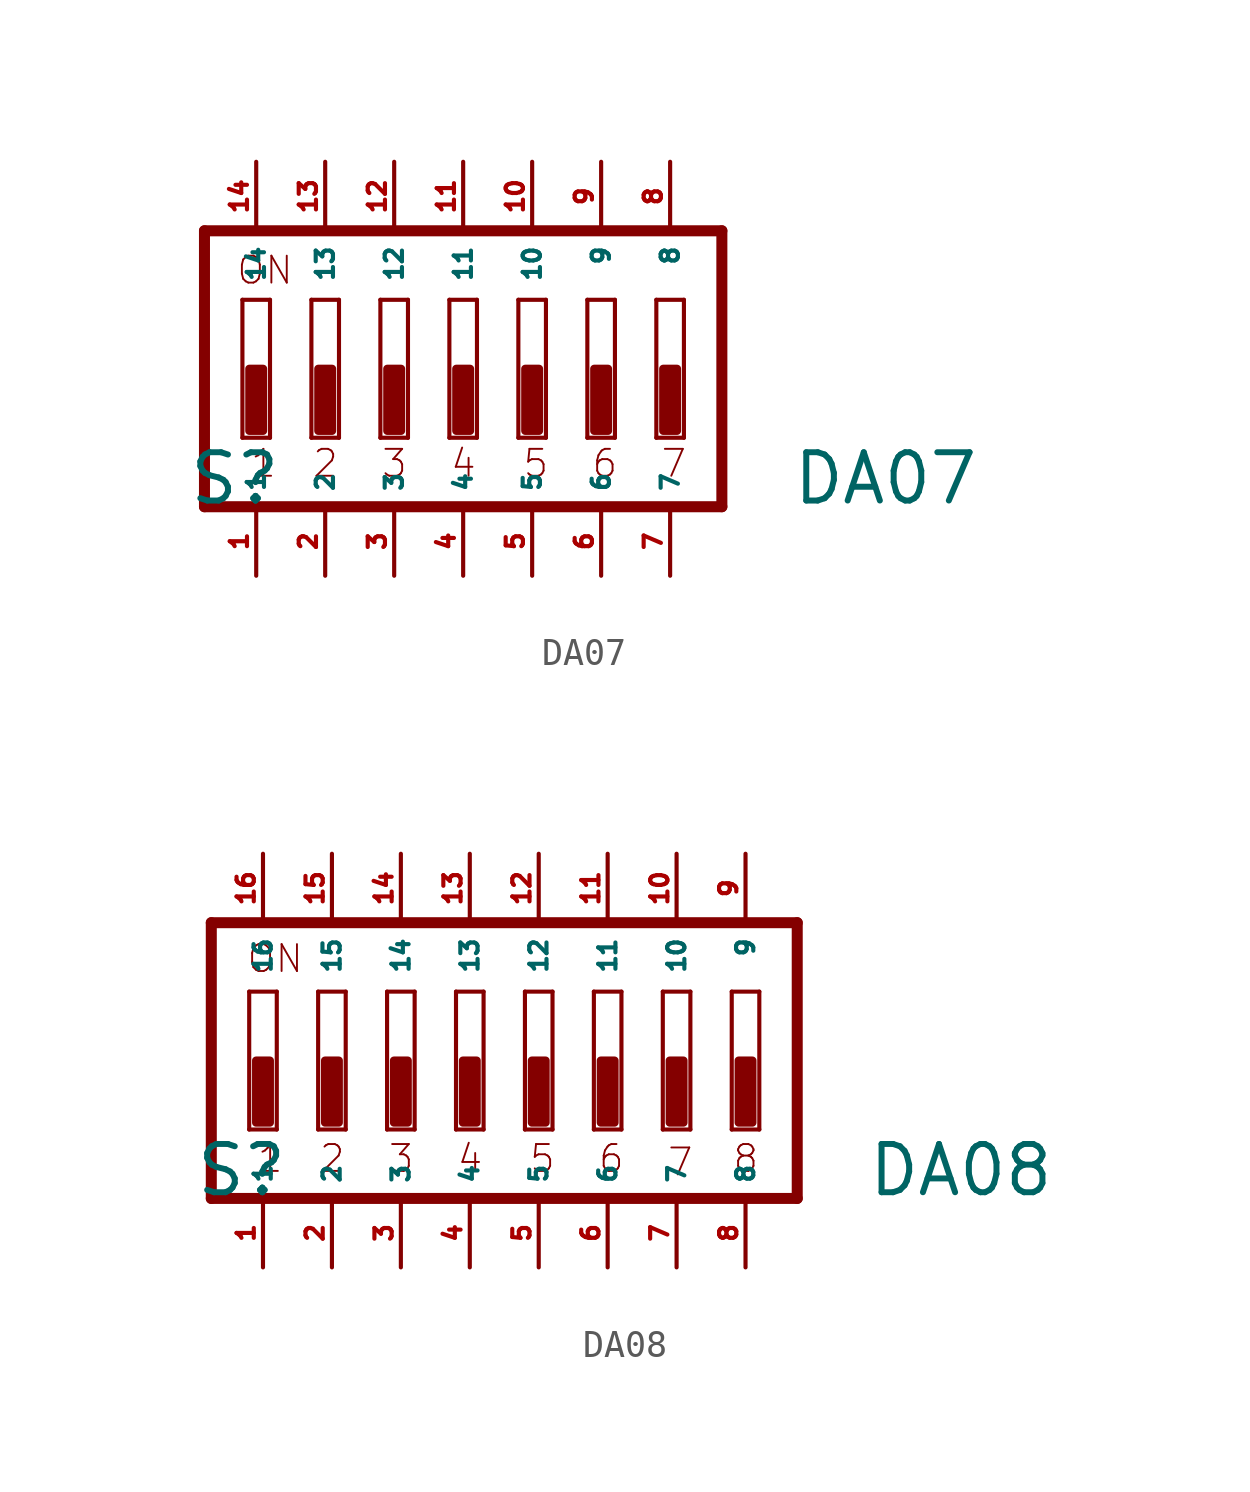
<source format=kicad_sym>
(kicad_symbol_lib
  (version 20220914)
  (generator Eagle2Kicad)
  (symbol "DA07"
    (property "Reference" "S"
      (at -10.16 -5.08 0)
      (effects (font (size 1.778 1.778) (thickness 0.22)) (justify left bottom)))
    (property "Value" "DA07"
      (at 12.065 -5.08 0)
      (effects (font (size 1.778 1.778) (thickness 0.22)) (justify left bottom)))
    (polyline
      (pts (xy 9.525 5.08) (xy -9.525 5.08))
      (stroke (width 0.406) (type default))
      (fill (type none)))
    (polyline
      (pts (xy -9.525 5.08) (xy -9.525 -5.08))
      (stroke (width 0.406) (type default))
      (fill (type none)))
    (polyline
      (pts (xy -9.525 -5.08) (xy 9.525 -5.08))
      (stroke (width 0.406) (type default))
      (fill (type none)))
    (polyline
      (pts (xy 9.525 -5.08) (xy 9.525 5.08))
      (stroke (width 0.406) (type default))
      (fill (type none)))
    (polyline
      (pts (xy -7.112 -2.54) (xy -8.128 -2.54))
      (stroke (width 0.152) (type default))
      (fill (type none)))
    (polyline
      (pts (xy -8.128 2.54) (xy -7.112 2.54))
      (stroke (width 0.152) (type default))
      (fill (type none)))
    (polyline
      (pts (xy -7.112 2.54) (xy -7.112 -2.54))
      (stroke (width 0.152) (type default))
      (fill (type none)))
    (polyline
      (pts (xy -8.128 -2.54) (xy -8.128 2.54))
      (stroke (width 0.152) (type default))
      (fill (type none)))
    (polyline
      (pts (xy -4.572 -2.54) (xy -5.588 -2.54))
      (stroke (width 0.152) (type default))
      (fill (type none)))
    (polyline
      (pts (xy -5.588 2.54) (xy -4.572 2.54))
      (stroke (width 0.152) (type default))
      (fill (type none)))
    (polyline
      (pts (xy -4.572 2.54) (xy -4.572 -2.54))
      (stroke (width 0.152) (type default))
      (fill (type none)))
    (polyline
      (pts (xy -5.588 -2.54) (xy -5.588 2.54))
      (stroke (width 0.152) (type default))
      (fill (type none)))
    (polyline
      (pts (xy -2.032 -2.54) (xy -3.048 -2.54))
      (stroke (width 0.152) (type default))
      (fill (type none)))
    (polyline
      (pts (xy -3.048 2.54) (xy -2.032 2.54))
      (stroke (width 0.152) (type default))
      (fill (type none)))
    (polyline
      (pts (xy -2.032 2.54) (xy -2.032 -2.54))
      (stroke (width 0.152) (type default))
      (fill (type none)))
    (polyline
      (pts (xy -3.048 -2.54) (xy -3.048 2.54))
      (stroke (width 0.152) (type default))
      (fill (type none)))
    (polyline
      (pts (xy 0.508 -2.54) (xy -0.508 -2.54))
      (stroke (width 0.152) (type default))
      (fill (type none)))
    (polyline
      (pts (xy -0.508 2.54) (xy 0.508 2.54))
      (stroke (width 0.152) (type default))
      (fill (type none)))
    (polyline
      (pts (xy 0.508 2.54) (xy 0.508 -2.54))
      (stroke (width 0.152) (type default))
      (fill (type none)))
    (polyline
      (pts (xy -0.508 -2.54) (xy -0.508 2.54))
      (stroke (width 0.152) (type default))
      (fill (type none)))
    (polyline
      (pts (xy 3.048 -2.54) (xy 2.032 -2.54))
      (stroke (width 0.152) (type default))
      (fill (type none)))
    (polyline
      (pts (xy 2.032 2.54) (xy 3.048 2.54))
      (stroke (width 0.152) (type default))
      (fill (type none)))
    (polyline
      (pts (xy 3.048 2.54) (xy 3.048 -2.54))
      (stroke (width 0.152) (type default))
      (fill (type none)))
    (polyline
      (pts (xy 2.032 -2.54) (xy 2.032 2.54))
      (stroke (width 0.152) (type default))
      (fill (type none)))
    (polyline
      (pts (xy 5.588 -2.54) (xy 4.572 -2.54))
      (stroke (width 0.152) (type default))
      (fill (type none)))
    (polyline
      (pts (xy 4.572 2.54) (xy 5.588 2.54))
      (stroke (width 0.152) (type default))
      (fill (type none)))
    (polyline
      (pts (xy 5.588 2.54) (xy 5.588 -2.54))
      (stroke (width 0.152) (type default))
      (fill (type none)))
    (polyline
      (pts (xy 4.572 -2.54) (xy 4.572 2.54))
      (stroke (width 0.152) (type default))
      (fill (type none)))
    (polyline
      (pts (xy 8.128 -2.54) (xy 7.112 -2.54))
      (stroke (width 0.152) (type default))
      (fill (type none)))
    (polyline
      (pts (xy 7.112 2.54) (xy 8.128 2.54))
      (stroke (width 0.152) (type default))
      (fill (type none)))
    (polyline
      (pts (xy 8.128 2.54) (xy 8.128 -2.54))
      (stroke (width 0.152) (type default))
      (fill (type none)))
    (polyline
      (pts (xy 7.112 -2.54) (xy 7.112 2.54))
      (stroke (width 0.152) (type default))
      (fill (type none)))
    (text "1"
      (at -7.874 -4.064 0)
      (effects (font (size 0.991 0.991) (thickness 0.07)) (justify left bottom)))
    (text "2"
      (at -5.588 -4.064 0)
      (effects (font (size 0.991 0.991) (thickness 0.07)) (justify left bottom)))
    (text "3"
      (at -3.048 -4.064 0)
      (effects (font (size 0.991 0.991) (thickness 0.07)) (justify left bottom)))
    (text "4"
      (at -0.508 -4.064 0)
      (effects (font (size 0.991 0.991) (thickness 0.07)) (justify left bottom)))
    (text "5"
      (at 2.159 -4.064 0)
      (effects (font (size 0.991 0.991) (thickness 0.07)) (justify left bottom)))
    (text "6"
      (at 4.699 -4.064 0)
      (effects (font (size 0.991 0.991) (thickness 0.07)) (justify left bottom)))
    (text "7"
      (at 7.239 -4.064 0)
      (effects (font (size 0.991 0.991) (thickness 0.07)) (justify left bottom)))
    (text "ON"
      (at -8.382 3.048 0)
      (effects (font (size 0.991 0.991) (thickness 0.07)) (justify left bottom)))
    (rectangle
      (start -7.874 -2.286)
      (end -7.366 0)
      (stroke (width 0.3) (type default))
      (fill (type outline)))
    (rectangle
      (start -5.334 -2.286)
      (end -4.826 0)
      (stroke (width 0.3) (type default))
      (fill (type outline)))
    (rectangle
      (start -2.794 -2.286)
      (end -2.286 0)
      (stroke (width 0.3) (type default))
      (fill (type outline)))
    (rectangle
      (start -0.254 -2.286)
      (end 0.254 0)
      (stroke (width 0.3) (type default))
      (fill (type outline)))
    (rectangle
      (start 2.286 -2.286)
      (end 2.794 0)
      (stroke (width 0.3) (type default))
      (fill (type outline)))
    (rectangle
      (start 4.826 -2.286)
      (end 5.334 0)
      (stroke (width 0.3) (type default))
      (fill (type outline)))
    (rectangle
      (start 7.366 -2.286)
      (end 7.874 0)
      (stroke (width 0.3) (type default))
      (fill (type outline)))
    (pin passive line
      (at 7.62 7.62 270)
      (length 2.54)
      (name "8" (effects (font (size 0.635 0.635) (thickness 0.08)) (justify left bottom)))
      (number "8" (effects (font (size 0.635 0.635) (thickness 0.08)) (justify left bottom))))
    (pin passive line
      (at 5.08 7.62 270)
      (length 2.54)
      (name "9" (effects (font (size 0.635 0.635) (thickness 0.08)) (justify left bottom)))
      (number "9" (effects (font (size 0.635 0.635) (thickness 0.08)) (justify left bottom))))
    (pin passive line
      (at 2.54 7.62 270)
      (length 2.54)
      (name "10" (effects (font (size 0.635 0.635) (thickness 0.08)) (justify left bottom)))
      (number "10" (effects (font (size 0.635 0.635) (thickness 0.08)) (justify left bottom))))
    (pin passive line
      (at 0 7.62 270)
      (length 2.54)
      (name "11" (effects (font (size 0.635 0.635) (thickness 0.08)) (justify left bottom)))
      (number "11" (effects (font (size 0.635 0.635) (thickness 0.08)) (justify left bottom))))
    (pin passive line
      (at -2.54 7.62 270)
      (length 2.54)
      (name "12" (effects (font (size 0.635 0.635) (thickness 0.08)) (justify left bottom)))
      (number "12" (effects (font (size 0.635 0.635) (thickness 0.08)) (justify left bottom))))
    (pin passive line
      (at -5.08 7.62 270)
      (length 2.54)
      (name "13" (effects (font (size 0.635 0.635) (thickness 0.08)) (justify left bottom)))
      (number "13" (effects (font (size 0.635 0.635) (thickness 0.08)) (justify left bottom))))
    (pin passive line
      (at -7.62 7.62 270)
      (length 2.54)
      (name "14" (effects (font (size 0.635 0.635) (thickness 0.08)) (justify left bottom)))
      (number "14" (effects (font (size 0.635 0.635) (thickness 0.08)) (justify left bottom))))
    (pin passive line
      (at -7.62 -7.62 90)
      (length 2.54)
      (name "1" (effects (font (size 0.635 0.635) (thickness 0.08)) (justify left bottom)))
      (number "1" (effects (font (size 0.635 0.635) (thickness 0.08)) (justify left bottom))))
    (pin passive line
      (at -5.08 -7.62 90)
      (length 2.54)
      (name "2" (effects (font (size 0.635 0.635) (thickness 0.08)) (justify left bottom)))
      (number "2" (effects (font (size 0.635 0.635) (thickness 0.08)) (justify left bottom))))
    (pin passive line
      (at -2.54 -7.62 90)
      (length 2.54)
      (name "3" (effects (font (size 0.635 0.635) (thickness 0.08)) (justify left bottom)))
      (number "3" (effects (font (size 0.635 0.635) (thickness 0.08)) (justify left bottom))))
    (pin passive line
      (at 0 -7.62 90)
      (length 2.54)
      (name "4" (effects (font (size 0.635 0.635) (thickness 0.08)) (justify left bottom)))
      (number "4" (effects (font (size 0.635 0.635) (thickness 0.08)) (justify left bottom))))
    (pin passive line
      (at 2.54 -7.62 90)
      (length 2.54)
      (name "5" (effects (font (size 0.635 0.635) (thickness 0.08)) (justify left bottom)))
      (number "5" (effects (font (size 0.635 0.635) (thickness 0.08)) (justify left bottom))))
    (pin passive line
      (at 5.08 -7.62 90)
      (length 2.54)
      (name "6" (effects (font (size 0.635 0.635) (thickness 0.08)) (justify left bottom)))
      (number "6" (effects (font (size 0.635 0.635) (thickness 0.08)) (justify left bottom))))
    (pin passive line
      (at 7.62 -7.62 90)
      (length 2.54)
      (name "7" (effects (font (size 0.635 0.635) (thickness 0.08)) (justify left bottom)))
      (number "7" (effects (font (size 0.635 0.635) (thickness 0.08)) (justify left bottom)))))
  (symbol "DA08"
    (property "Reference" "S"
      (at -12.7 -5.08 0)
      (effects (font (size 1.778 1.778) (thickness 0.22)) (justify left bottom)))
    (property "Value" "DA08"
      (at 12.065 -5.08 0)
      (effects (font (size 1.778 1.778) (thickness 0.22)) (justify left bottom)))
    (polyline
      (pts (xy 8.128 -2.54) (xy 7.112 -2.54))
      (stroke (width 0.152) (type default))
      (fill (type none)))
    (polyline
      (pts (xy 7.112 2.54) (xy 8.128 2.54))
      (stroke (width 0.152) (type default))
      (fill (type none)))
    (polyline
      (pts (xy 8.128 2.54) (xy 8.128 -2.54))
      (stroke (width 0.152) (type default))
      (fill (type none)))
    (polyline
      (pts (xy 7.112 -2.54) (xy 7.112 2.54))
      (stroke (width 0.152) (type default))
      (fill (type none)))
    (polyline
      (pts (xy 5.588 -2.54) (xy 4.572 -2.54))
      (stroke (width 0.152) (type default))
      (fill (type none)))
    (polyline
      (pts (xy 4.572 2.54) (xy 5.588 2.54))
      (stroke (width 0.152) (type default))
      (fill (type none)))
    (polyline
      (pts (xy 5.588 2.54) (xy 5.588 -2.54))
      (stroke (width 0.152) (type default))
      (fill (type none)))
    (polyline
      (pts (xy 4.572 -2.54) (xy 4.572 2.54))
      (stroke (width 0.152) (type default))
      (fill (type none)))
    (polyline
      (pts (xy 3.048 -2.54) (xy 2.032 -2.54))
      (stroke (width 0.152) (type default))
      (fill (type none)))
    (polyline
      (pts (xy 2.032 2.54) (xy 3.048 2.54))
      (stroke (width 0.152) (type default))
      (fill (type none)))
    (polyline
      (pts (xy 3.048 2.54) (xy 3.048 -2.54))
      (stroke (width 0.152) (type default))
      (fill (type none)))
    (polyline
      (pts (xy 2.032 -2.54) (xy 2.032 2.54))
      (stroke (width 0.152) (type default))
      (fill (type none)))
    (polyline
      (pts (xy 0.508 -2.54) (xy -0.508 -2.54))
      (stroke (width 0.152) (type default))
      (fill (type none)))
    (polyline
      (pts (xy -0.508 2.54) (xy 0.508 2.54))
      (stroke (width 0.152) (type default))
      (fill (type none)))
    (polyline
      (pts (xy 0.508 2.54) (xy 0.508 -2.54))
      (stroke (width 0.152) (type default))
      (fill (type none)))
    (polyline
      (pts (xy -0.508 -2.54) (xy -0.508 2.54))
      (stroke (width 0.152) (type default))
      (fill (type none)))
    (polyline
      (pts (xy -2.032 -2.54) (xy -3.048 -2.54))
      (stroke (width 0.152) (type default))
      (fill (type none)))
    (polyline
      (pts (xy -3.048 2.54) (xy -2.032 2.54))
      (stroke (width 0.152) (type default))
      (fill (type none)))
    (polyline
      (pts (xy -2.032 2.54) (xy -2.032 -2.54))
      (stroke (width 0.152) (type default))
      (fill (type none)))
    (polyline
      (pts (xy -3.048 -2.54) (xy -3.048 2.54))
      (stroke (width 0.152) (type default))
      (fill (type none)))
    (polyline
      (pts (xy -4.572 -2.54) (xy -5.588 -2.54))
      (stroke (width 0.152) (type default))
      (fill (type none)))
    (polyline
      (pts (xy -5.588 2.54) (xy -4.572 2.54))
      (stroke (width 0.152) (type default))
      (fill (type none)))
    (polyline
      (pts (xy -4.572 2.54) (xy -4.572 -2.54))
      (stroke (width 0.152) (type default))
      (fill (type none)))
    (polyline
      (pts (xy -5.588 -2.54) (xy -5.588 2.54))
      (stroke (width 0.152) (type default))
      (fill (type none)))
    (polyline
      (pts (xy -7.112 -2.54) (xy -8.128 -2.54))
      (stroke (width 0.152) (type default))
      (fill (type none)))
    (polyline
      (pts (xy -8.128 2.54) (xy -7.112 2.54))
      (stroke (width 0.152) (type default))
      (fill (type none)))
    (polyline
      (pts (xy -7.112 2.54) (xy -7.112 -2.54))
      (stroke (width 0.152) (type default))
      (fill (type none)))
    (polyline
      (pts (xy -8.128 -2.54) (xy -8.128 2.54))
      (stroke (width 0.152) (type default))
      (fill (type none)))
    (polyline
      (pts (xy -9.652 -2.54) (xy -10.668 -2.54))
      (stroke (width 0.152) (type default))
      (fill (type none)))
    (polyline
      (pts (xy -10.668 2.54) (xy -9.652 2.54))
      (stroke (width 0.152) (type default))
      (fill (type none)))
    (polyline
      (pts (xy -9.652 2.54) (xy -9.652 -2.54))
      (stroke (width 0.152) (type default))
      (fill (type none)))
    (polyline
      (pts (xy -10.668 -2.54) (xy -10.668 2.54))
      (stroke (width 0.152) (type default))
      (fill (type none)))
    (polyline
      (pts (xy 9.525 5.08) (xy -12.065 5.08))
      (stroke (width 0.406) (type default))
      (fill (type none)))
    (polyline
      (pts (xy -12.065 5.08) (xy -12.065 -5.08))
      (stroke (width 0.406) (type default))
      (fill (type none)))
    (polyline
      (pts (xy -12.065 -5.08) (xy 9.525 -5.08))
      (stroke (width 0.406) (type default))
      (fill (type none)))
    (polyline
      (pts (xy 9.525 -5.08) (xy 9.525 5.08))
      (stroke (width 0.406) (type default))
      (fill (type none)))
    (text "ON"
      (at -10.795 3.175 0)
      (effects (font (size 0.991 0.991) (thickness 0.07)) (justify left bottom)))
    (text "1"
      (at -10.414 -4.191 0)
      (effects (font (size 0.991 0.991) (thickness 0.07)) (justify left bottom)))
    (text "2"
      (at -8.128 -4.191 0)
      (effects (font (size 0.991 0.991) (thickness 0.07)) (justify left bottom)))
    (text "3"
      (at -5.588 -4.191 0)
      (effects (font (size 0.991 0.991) (thickness 0.07)) (justify left bottom)))
    (text "4"
      (at -3.048 -4.191 0)
      (effects (font (size 0.991 0.991) (thickness 0.07)) (justify left bottom)))
    (text "5"
      (at -0.381 -4.191 0)
      (effects (font (size 0.991 0.991) (thickness 0.07)) (justify left bottom)))
    (text "6"
      (at 2.159 -4.191 0)
      (effects (font (size 0.991 0.991) (thickness 0.07)) (justify left bottom)))
    (text "7"
      (at 4.699 -4.318 0)
      (effects (font (size 0.991 0.991) (thickness 0.07)) (justify left bottom)))
    (text "8"
      (at 7.112 -4.191 0)
      (effects (font (size 0.991 0.991) (thickness 0.07)) (justify left bottom)))
    (rectangle
      (start -10.414 -2.286)
      (end -9.906 0)
      (stroke (width 0.3) (type default))
      (fill (type outline)))
    (rectangle
      (start -7.874 -2.286)
      (end -7.366 0)
      (stroke (width 0.3) (type default))
      (fill (type outline)))
    (rectangle
      (start -5.334 -2.286)
      (end -4.826 0)
      (stroke (width 0.3) (type default))
      (fill (type outline)))
    (rectangle
      (start -2.794 -2.286)
      (end -2.286 0)
      (stroke (width 0.3) (type default))
      (fill (type outline)))
    (rectangle
      (start -0.254 -2.286)
      (end 0.254 0)
      (stroke (width 0.3) (type default))
      (fill (type outline)))
    (rectangle
      (start 2.286 -2.286)
      (end 2.794 0)
      (stroke (width 0.3) (type default))
      (fill (type outline)))
    (rectangle
      (start 4.826 -2.286)
      (end 5.334 0)
      (stroke (width 0.3) (type default))
      (fill (type outline)))
    (rectangle
      (start 7.366 -2.286)
      (end 7.874 0)
      (stroke (width 0.3) (type default))
      (fill (type outline)))
    (pin passive line
      (at 7.62 7.62 270)
      (length 2.54)
      (name "9" (effects (font (size 0.635 0.635) (thickness 0.08)) (justify left bottom)))
      (number "9" (effects (font (size 0.635 0.635) (thickness 0.08)) (justify left bottom))))
    (pin passive line
      (at 5.08 7.62 270)
      (length 2.54)
      (name "10" (effects (font (size 0.635 0.635) (thickness 0.08)) (justify left bottom)))
      (number "10" (effects (font (size 0.635 0.635) (thickness 0.08)) (justify left bottom))))
    (pin passive line
      (at 2.54 7.62 270)
      (length 2.54)
      (name "11" (effects (font (size 0.635 0.635) (thickness 0.08)) (justify left bottom)))
      (number "11" (effects (font (size 0.635 0.635) (thickness 0.08)) (justify left bottom))))
    (pin passive line
      (at 0 7.62 270)
      (length 2.54)
      (name "12" (effects (font (size 0.635 0.635) (thickness 0.08)) (justify left bottom)))
      (number "12" (effects (font (size 0.635 0.635) (thickness 0.08)) (justify left bottom))))
    (pin passive line
      (at -2.54 7.62 270)
      (length 2.54)
      (name "13" (effects (font (size 0.635 0.635) (thickness 0.08)) (justify left bottom)))
      (number "13" (effects (font (size 0.635 0.635) (thickness 0.08)) (justify left bottom))))
    (pin passive line
      (at -5.08 7.62 270)
      (length 2.54)
      (name "14" (effects (font (size 0.635 0.635) (thickness 0.08)) (justify left bottom)))
      (number "14" (effects (font (size 0.635 0.635) (thickness 0.08)) (justify left bottom))))
    (pin passive line
      (at -7.62 7.62 270)
      (length 2.54)
      (name "15" (effects (font (size 0.635 0.635) (thickness 0.08)) (justify left bottom)))
      (number "15" (effects (font (size 0.635 0.635) (thickness 0.08)) (justify left bottom))))
    (pin passive line
      (at -10.16 7.62 270)
      (length 2.54)
      (name "16" (effects (font (size 0.635 0.635) (thickness 0.08)) (justify left bottom)))
      (number "16" (effects (font (size 0.635 0.635) (thickness 0.08)) (justify left bottom))))
    (pin passive line
      (at -10.16 -7.62 90)
      (length 2.54)
      (name "1" (effects (font (size 0.635 0.635) (thickness 0.08)) (justify left bottom)))
      (number "1" (effects (font (size 0.635 0.635) (thickness 0.08)) (justify left bottom))))
    (pin passive line
      (at -7.62 -7.62 90)
      (length 2.54)
      (name "2" (effects (font (size 0.635 0.635) (thickness 0.08)) (justify left bottom)))
      (number "2" (effects (font (size 0.635 0.635) (thickness 0.08)) (justify left bottom))))
    (pin passive line
      (at -5.08 -7.62 90)
      (length 2.54)
      (name "3" (effects (font (size 0.635 0.635) (thickness 0.08)) (justify left bottom)))
      (number "3" (effects (font (size 0.635 0.635) (thickness 0.08)) (justify left bottom))))
    (pin passive line
      (at -2.54 -7.62 90)
      (length 2.54)
      (name "4" (effects (font (size 0.635 0.635) (thickness 0.08)) (justify left bottom)))
      (number "4" (effects (font (size 0.635 0.635) (thickness 0.08)) (justify left bottom))))
    (pin passive line
      (at 0 -7.62 90)
      (length 2.54)
      (name "5" (effects (font (size 0.635 0.635) (thickness 0.08)) (justify left bottom)))
      (number "5" (effects (font (size 0.635 0.635) (thickness 0.08)) (justify left bottom))))
    (pin passive line
      (at 2.54 -7.62 90)
      (length 2.54)
      (name "6" (effects (font (size 0.635 0.635) (thickness 0.08)) (justify left bottom)))
      (number "6" (effects (font (size 0.635 0.635) (thickness 0.08)) (justify left bottom))))
    (pin passive line
      (at 5.08 -7.62 90)
      (length 2.54)
      (name "7" (effects (font (size 0.635 0.635) (thickness 0.08)) (justify left bottom)))
      (number "7" (effects (font (size 0.635 0.635) (thickness 0.08)) (justify left bottom))))
    (pin passive line
      (at 7.62 -7.62 90)
      (length 2.54)
      (name "8" (effects (font (size 0.635 0.635) (thickness 0.08)) (justify left bottom)))
      (number "8" (effects (font (size 0.635 0.635) (thickness 0.08)) (justify left bottom))))))
</source>
